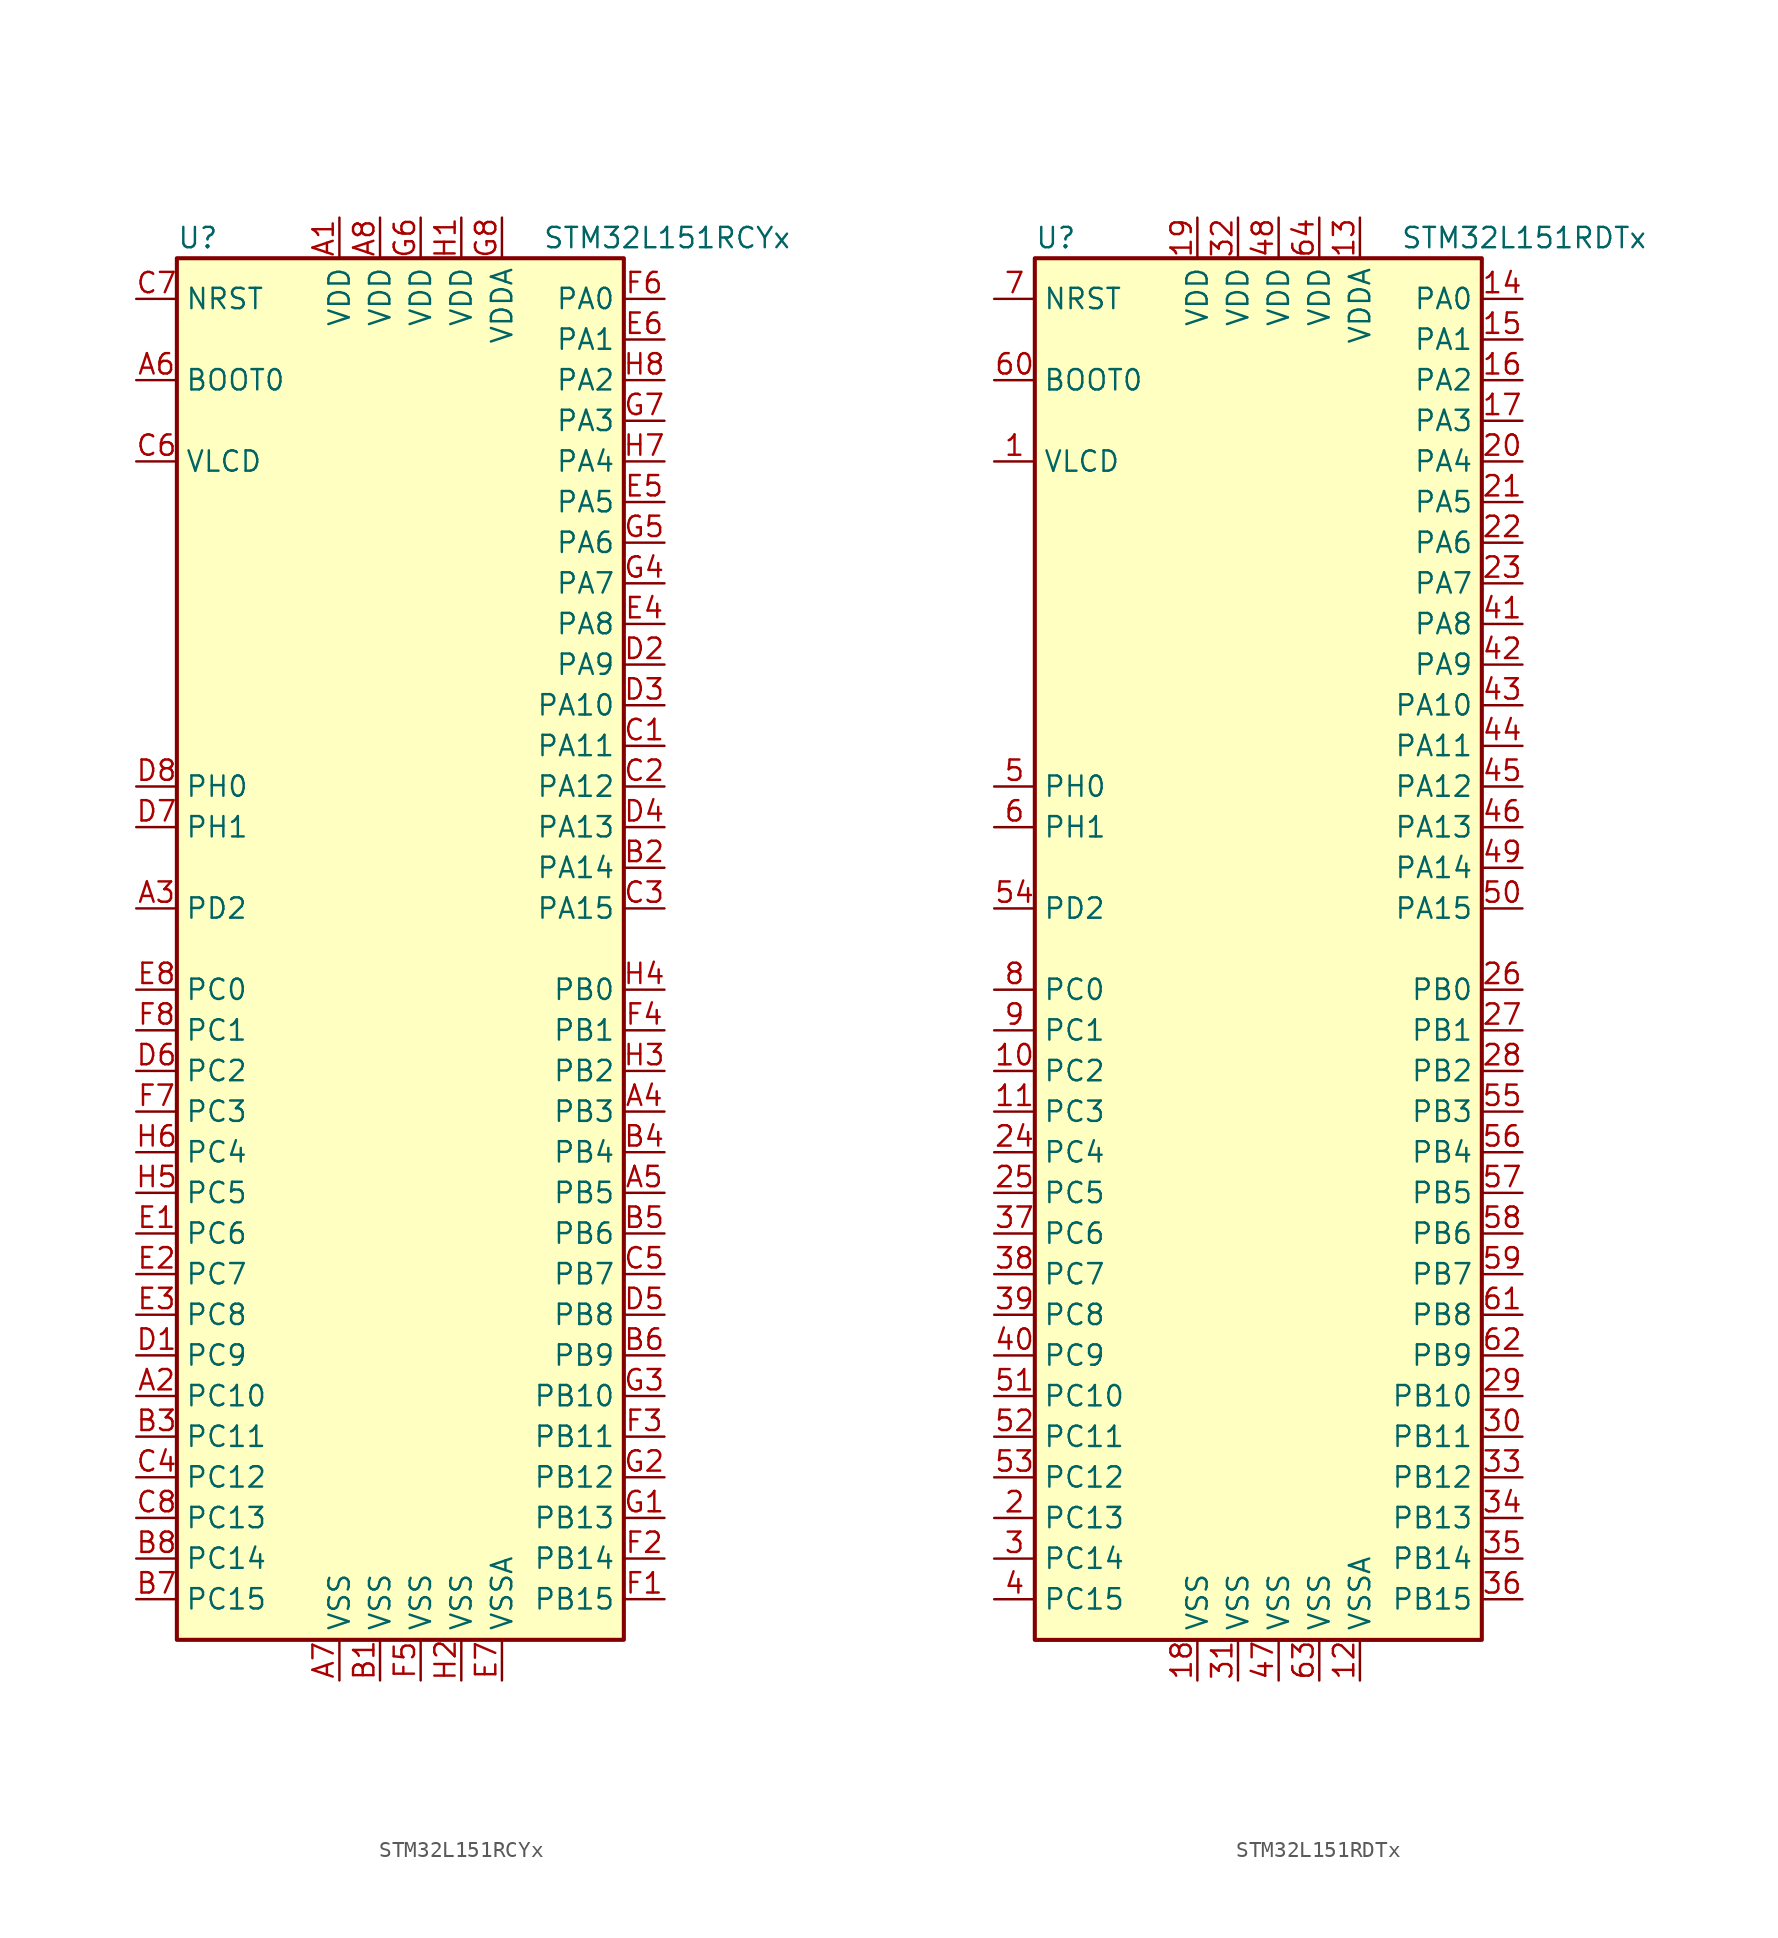
<source format=kicad_sym>
(kicad_symbol_lib
  (version 20201005)
  (generator kicad_symbol_editor)
  (symbol "STM32L151RCYx"
    (property "Reference" "U"
      (at -15.24 44.45 0)
      (effects (font (size 1.27 1.27)) (justify left)))
    (property "Value" "STM32L151RCYx"
      (at 7.62 44.45 0)
      (effects (font (size 1.27 1.27)) (justify left)))
    (symbol "STM32L151RCYx_0_1"
      (rectangle (start -15.24 -43.18) (end 12.7 43.18) (stroke (width 0.254)) (fill (type background))))
    (symbol "STM32L151RCYx_1_1"
      (pin power_in line (at -5.08 45.72 270) (length 2.54) (name "VDD" (effects (font (size 1.27 1.27)))) (number "A1" (effects (font (size 1.27 1.27)))))
      (pin bidirectional line (at -17.78 -27.94 0) (length 2.54) (name "PC10" (effects (font (size 1.27 1.27)))) (number "A2" (effects (font (size 1.27 1.27)))))
      (pin bidirectional line (at -17.78 2.54 0) (length 2.54) (name "PD2" (effects (font (size 1.27 1.27)))) (number "A3" (effects (font (size 1.27 1.27)))))
      (pin bidirectional line (at 15.24 -10.16 180) (length 2.54) (name "PB3" (effects (font (size 1.27 1.27)))) (number "A4" (effects (font (size 1.27 1.27)))))
      (pin bidirectional line (at 15.24 -15.24 180) (length 2.54) (name "PB5" (effects (font (size 1.27 1.27)))) (number "A5" (effects (font (size 1.27 1.27)))))
      (pin input line (at -17.78 35.56 0) (length 2.54) (name "BOOT0" (effects (font (size 1.27 1.27)))) (number "A6" (effects (font (size 1.27 1.27)))))
      (pin power_in line (at -5.08 -45.72 90) (length 2.54) (name "VSS" (effects (font (size 1.27 1.27)))) (number "A7" (effects (font (size 1.27 1.27)))))
      (pin power_in line (at -2.54 45.72 270) (length 2.54) (name "VDD" (effects (font (size 1.27 1.27)))) (number "A8" (effects (font (size 1.27 1.27)))))
      (pin power_in line (at -2.54 -45.72 90) (length 2.54) (name "VSS" (effects (font (size 1.27 1.27)))) (number "B1" (effects (font (size 1.27 1.27)))))
      (pin bidirectional line (at 15.24 5.08 180) (length 2.54) (name "PA14" (effects (font (size 1.27 1.27)))) (number "B2" (effects (font (size 1.27 1.27)))))
      (pin bidirectional line (at -17.78 -30.48 0) (length 2.54) (name "PC11" (effects (font (size 1.27 1.27)))) (number "B3" (effects (font (size 1.27 1.27)))))
      (pin bidirectional line (at 15.24 -12.7 180) (length 2.54) (name "PB4" (effects (font (size 1.27 1.27)))) (number "B4" (effects (font (size 1.27 1.27)))))
      (pin bidirectional line (at 15.24 -17.78 180) (length 2.54) (name "PB6" (effects (font (size 1.27 1.27)))) (number "B5" (effects (font (size 1.27 1.27)))))
      (pin bidirectional line (at 15.24 -25.4 180) (length 2.54) (name "PB9" (effects (font (size 1.27 1.27)))) (number "B6" (effects (font (size 1.27 1.27)))))
      (pin bidirectional line (at -17.78 -40.64 0) (length 2.54) (name "PC15" (effects (font (size 1.27 1.27)))) (number "B7" (effects (font (size 1.27 1.27)))))
      (pin bidirectional line (at -17.78 -38.1 0) (length 2.54) (name "PC14" (effects (font (size 1.27 1.27)))) (number "B8" (effects (font (size 1.27 1.27)))))
      (pin bidirectional line (at 15.24 12.7 180) (length 2.54) (name "PA11" (effects (font (size 1.27 1.27)))) (number "C1" (effects (font (size 1.27 1.27)))))
      (pin bidirectional line (at 15.24 10.16 180) (length 2.54) (name "PA12" (effects (font (size 1.27 1.27)))) (number "C2" (effects (font (size 1.27 1.27)))))
      (pin bidirectional line (at 15.24 2.54 180) (length 2.54) (name "PA15" (effects (font (size 1.27 1.27)))) (number "C3" (effects (font (size 1.27 1.27)))))
      (pin bidirectional line (at -17.78 -33.02 0) (length 2.54) (name "PC12" (effects (font (size 1.27 1.27)))) (number "C4" (effects (font (size 1.27 1.27)))))
      (pin bidirectional line (at 15.24 -20.32 180) (length 2.54) (name "PB7" (effects (font (size 1.27 1.27)))) (number "C5" (effects (font (size 1.27 1.27)))))
      (pin power_in line (at -17.78 30.48 0) (length 2.54) (name "VLCD" (effects (font (size 1.27 1.27)))) (number "C6" (effects (font (size 1.27 1.27)))))
      (pin input line (at -17.78 40.64 0) (length 2.54) (name "NRST" (effects (font (size 1.27 1.27)))) (number "C7" (effects (font (size 1.27 1.27)))))
      (pin bidirectional line (at -17.78 -35.56 0) (length 2.54) (name "PC13" (effects (font (size 1.27 1.27)))) (number "C8" (effects (font (size 1.27 1.27)))))
      (pin bidirectional line (at -17.78 -25.4 0) (length 2.54) (name "PC9" (effects (font (size 1.27 1.27)))) (number "D1" (effects (font (size 1.27 1.27)))))
      (pin bidirectional line (at 15.24 17.78 180) (length 2.54) (name "PA9" (effects (font (size 1.27 1.27)))) (number "D2" (effects (font (size 1.27 1.27)))))
      (pin bidirectional line (at 15.24 15.24 180) (length 2.54) (name "PA10" (effects (font (size 1.27 1.27)))) (number "D3" (effects (font (size 1.27 1.27)))))
      (pin bidirectional line (at 15.24 7.62 180) (length 2.54) (name "PA13" (effects (font (size 1.27 1.27)))) (number "D4" (effects (font (size 1.27 1.27)))))
      (pin bidirectional line (at 15.24 -22.86 180) (length 2.54) (name "PB8" (effects (font (size 1.27 1.27)))) (number "D5" (effects (font (size 1.27 1.27)))))
      (pin bidirectional line (at -17.78 -7.62 0) (length 2.54) (name "PC2" (effects (font (size 1.27 1.27)))) (number "D6" (effects (font (size 1.27 1.27)))))
      (pin input line (at -17.78 7.62 0) (length 2.54) (name "PH1" (effects (font (size 1.27 1.27)))) (number "D7" (effects (font (size 1.27 1.27)))))
      (pin input line (at -17.78 10.16 0) (length 2.54) (name "PH0" (effects (font (size 1.27 1.27)))) (number "D8" (effects (font (size 1.27 1.27)))))
      (pin bidirectional line (at -17.78 -17.78 0) (length 2.54) (name "PC6" (effects (font (size 1.27 1.27)))) (number "E1" (effects (font (size 1.27 1.27)))))
      (pin bidirectional line (at -17.78 -20.32 0) (length 2.54) (name "PC7" (effects (font (size 1.27 1.27)))) (number "E2" (effects (font (size 1.27 1.27)))))
      (pin bidirectional line (at -17.78 -22.86 0) (length 2.54) (name "PC8" (effects (font (size 1.27 1.27)))) (number "E3" (effects (font (size 1.27 1.27)))))
      (pin bidirectional line (at 15.24 20.32 180) (length 2.54) (name "PA8" (effects (font (size 1.27 1.27)))) (number "E4" (effects (font (size 1.27 1.27)))))
      (pin bidirectional line (at 15.24 27.94 180) (length 2.54) (name "PA5" (effects (font (size 1.27 1.27)))) (number "E5" (effects (font (size 1.27 1.27)))))
      (pin bidirectional line (at 15.24 38.1 180) (length 2.54) (name "PA1" (effects (font (size 1.27 1.27)))) (number "E6" (effects (font (size 1.27 1.27)))))
      (pin power_in line (at 5.08 -45.72 90) (length 2.54) (name "VSSA" (effects (font (size 1.27 1.27)))) (number "E7" (effects (font (size 1.27 1.27)))))
      (pin bidirectional line (at -17.78 -2.54 0) (length 2.54) (name "PC0" (effects (font (size 1.27 1.27)))) (number "E8" (effects (font (size 1.27 1.27)))))
      (pin bidirectional line (at 15.24 -40.64 180) (length 2.54) (name "PB15" (effects (font (size 1.27 1.27)))) (number "F1" (effects (font (size 1.27 1.27)))))
      (pin bidirectional line (at 15.24 -38.1 180) (length 2.54) (name "PB14" (effects (font (size 1.27 1.27)))) (number "F2" (effects (font (size 1.27 1.27)))))
      (pin bidirectional line (at 15.24 -30.48 180) (length 2.54) (name "PB11" (effects (font (size 1.27 1.27)))) (number "F3" (effects (font (size 1.27 1.27)))))
      (pin bidirectional line (at 15.24 -5.08 180) (length 2.54) (name "PB1" (effects (font (size 1.27 1.27)))) (number "F4" (effects (font (size 1.27 1.27)))))
      (pin power_in line (at 0 -45.72 90) (length 2.54) (name "VSS" (effects (font (size 1.27 1.27)))) (number "F5" (effects (font (size 1.27 1.27)))))
      (pin bidirectional line (at 15.24 40.64 180) (length 2.54) (name "PA0" (effects (font (size 1.27 1.27)))) (number "F6" (effects (font (size 1.27 1.27)))))
      (pin bidirectional line (at -17.78 -10.16 0) (length 2.54) (name "PC3" (effects (font (size 1.27 1.27)))) (number "F7" (effects (font (size 1.27 1.27)))))
      (pin bidirectional line (at -17.78 -5.08 0) (length 2.54) (name "PC1" (effects (font (size 1.27 1.27)))) (number "F8" (effects (font (size 1.27 1.27)))))
      (pin bidirectional line (at 15.24 -35.56 180) (length 2.54) (name "PB13" (effects (font (size 1.27 1.27)))) (number "G1" (effects (font (size 1.27 1.27)))))
      (pin bidirectional line (at 15.24 -33.02 180) (length 2.54) (name "PB12" (effects (font (size 1.27 1.27)))) (number "G2" (effects (font (size 1.27 1.27)))))
      (pin bidirectional line (at 15.24 -27.94 180) (length 2.54) (name "PB10" (effects (font (size 1.27 1.27)))) (number "G3" (effects (font (size 1.27 1.27)))))
      (pin bidirectional line (at 15.24 22.86 180) (length 2.54) (name "PA7" (effects (font (size 1.27 1.27)))) (number "G4" (effects (font (size 1.27 1.27)))))
      (pin bidirectional line (at 15.24 25.4 180) (length 2.54) (name "PA6" (effects (font (size 1.27 1.27)))) (number "G5" (effects (font (size 1.27 1.27)))))
      (pin power_in line (at 0 45.72 270) (length 2.54) (name "VDD" (effects (font (size 1.27 1.27)))) (number "G6" (effects (font (size 1.27 1.27)))))
      (pin bidirectional line (at 15.24 33.02 180) (length 2.54) (name "PA3" (effects (font (size 1.27 1.27)))) (number "G7" (effects (font (size 1.27 1.27)))))
      (pin power_in line (at 5.08 45.72 270) (length 2.54) (name "VDDA" (effects (font (size 1.27 1.27)))) (number "G8" (effects (font (size 1.27 1.27)))))
      (pin power_in line (at 2.54 45.72 270) (length 2.54) (name "VDD" (effects (font (size 1.27 1.27)))) (number "H1" (effects (font (size 1.27 1.27)))))
      (pin power_in line (at 2.54 -45.72 90) (length 2.54) (name "VSS" (effects (font (size 1.27 1.27)))) (number "H2" (effects (font (size 1.27 1.27)))))
      (pin bidirectional line (at 15.24 -7.62 180) (length 2.54) (name "PB2" (effects (font (size 1.27 1.27)))) (number "H3" (effects (font (size 1.27 1.27)))))
      (pin bidirectional line (at 15.24 -2.54 180) (length 2.54) (name "PB0" (effects (font (size 1.27 1.27)))) (number "H4" (effects (font (size 1.27 1.27)))))
      (pin bidirectional line (at -17.78 -15.24 0) (length 2.54) (name "PC5" (effects (font (size 1.27 1.27)))) (number "H5" (effects (font (size 1.27 1.27)))))
      (pin bidirectional line (at -17.78 -12.7 0) (length 2.54) (name "PC4" (effects (font (size 1.27 1.27)))) (number "H6" (effects (font (size 1.27 1.27)))))
      (pin bidirectional line (at 15.24 30.48 180) (length 2.54) (name "PA4" (effects (font (size 1.27 1.27)))) (number "H7" (effects (font (size 1.27 1.27)))))
      (pin bidirectional line (at 15.24 35.56 180) (length 2.54) (name "PA2" (effects (font (size 1.27 1.27)))) (number "H8" (effects (font (size 1.27 1.27)))))))
  (symbol "STM32L151RDTx"
    (property "Reference" "U"
      (at -15.24 44.45 0)
      (effects (font (size 1.27 1.27)) (justify left)))
    (property "Value" "STM32L151RDTx"
      (at 7.62 44.45 0)
      (effects (font (size 1.27 1.27)) (justify left)))
    (symbol "STM32L151RDTx_0_1"
      (rectangle (start -15.24 -43.18) (end 12.7 43.18) (stroke (width 0.254)) (fill (type background))))
    (symbol "STM32L151RDTx_1_1"
      (pin power_in line (at -17.78 30.48 0) (length 2.54) (name "VLCD" (effects (font (size 1.27 1.27)))) (number "1" (effects (font (size 1.27 1.27)))))
      (pin bidirectional line (at -17.78 -7.62 0) (length 2.54) (name "PC2" (effects (font (size 1.27 1.27)))) (number "10" (effects (font (size 1.27 1.27)))))
      (pin bidirectional line (at -17.78 -10.16 0) (length 2.54) (name "PC3" (effects (font (size 1.27 1.27)))) (number "11" (effects (font (size 1.27 1.27)))))
      (pin power_in line (at 5.08 -45.72 90) (length 2.54) (name "VSSA" (effects (font (size 1.27 1.27)))) (number "12" (effects (font (size 1.27 1.27)))))
      (pin power_in line (at 5.08 45.72 270) (length 2.54) (name "VDDA" (effects (font (size 1.27 1.27)))) (number "13" (effects (font (size 1.27 1.27)))))
      (pin bidirectional line (at 15.24 40.64 180) (length 2.54) (name "PA0" (effects (font (size 1.27 1.27)))) (number "14" (effects (font (size 1.27 1.27)))))
      (pin bidirectional line (at 15.24 38.1 180) (length 2.54) (name "PA1" (effects (font (size 1.27 1.27)))) (number "15" (effects (font (size 1.27 1.27)))))
      (pin bidirectional line (at 15.24 35.56 180) (length 2.54) (name "PA2" (effects (font (size 1.27 1.27)))) (number "16" (effects (font (size 1.27 1.27)))))
      (pin bidirectional line (at 15.24 33.02 180) (length 2.54) (name "PA3" (effects (font (size 1.27 1.27)))) (number "17" (effects (font (size 1.27 1.27)))))
      (pin power_in line (at -5.08 -45.72 90) (length 2.54) (name "VSS" (effects (font (size 1.27 1.27)))) (number "18" (effects (font (size 1.27 1.27)))))
      (pin power_in line (at -5.08 45.72 270) (length 2.54) (name "VDD" (effects (font (size 1.27 1.27)))) (number "19" (effects (font (size 1.27 1.27)))))
      (pin bidirectional line (at -17.78 -35.56 0) (length 2.54) (name "PC13" (effects (font (size 1.27 1.27)))) (number "2" (effects (font (size 1.27 1.27)))))
      (pin bidirectional line (at 15.24 30.48 180) (length 2.54) (name "PA4" (effects (font (size 1.27 1.27)))) (number "20" (effects (font (size 1.27 1.27)))))
      (pin bidirectional line (at 15.24 27.94 180) (length 2.54) (name "PA5" (effects (font (size 1.27 1.27)))) (number "21" (effects (font (size 1.27 1.27)))))
      (pin bidirectional line (at 15.24 25.4 180) (length 2.54) (name "PA6" (effects (font (size 1.27 1.27)))) (number "22" (effects (font (size 1.27 1.27)))))
      (pin bidirectional line (at 15.24 22.86 180) (length 2.54) (name "PA7" (effects (font (size 1.27 1.27)))) (number "23" (effects (font (size 1.27 1.27)))))
      (pin bidirectional line (at -17.78 -12.7 0) (length 2.54) (name "PC4" (effects (font (size 1.27 1.27)))) (number "24" (effects (font (size 1.27 1.27)))))
      (pin bidirectional line (at -17.78 -15.24 0) (length 2.54) (name "PC5" (effects (font (size 1.27 1.27)))) (number "25" (effects (font (size 1.27 1.27)))))
      (pin bidirectional line (at 15.24 -2.54 180) (length 2.54) (name "PB0" (effects (font (size 1.27 1.27)))) (number "26" (effects (font (size 1.27 1.27)))))
      (pin bidirectional line (at 15.24 -5.08 180) (length 2.54) (name "PB1" (effects (font (size 1.27 1.27)))) (number "27" (effects (font (size 1.27 1.27)))))
      (pin bidirectional line (at 15.24 -7.62 180) (length 2.54) (name "PB2" (effects (font (size 1.27 1.27)))) (number "28" (effects (font (size 1.27 1.27)))))
      (pin bidirectional line (at 15.24 -27.94 180) (length 2.54) (name "PB10" (effects (font (size 1.27 1.27)))) (number "29" (effects (font (size 1.27 1.27)))))
      (pin bidirectional line (at -17.78 -38.1 0) (length 2.54) (name "PC14" (effects (font (size 1.27 1.27)))) (number "3" (effects (font (size 1.27 1.27)))))
      (pin bidirectional line (at 15.24 -30.48 180) (length 2.54) (name "PB11" (effects (font (size 1.27 1.27)))) (number "30" (effects (font (size 1.27 1.27)))))
      (pin power_in line (at -2.54 -45.72 90) (length 2.54) (name "VSS" (effects (font (size 1.27 1.27)))) (number "31" (effects (font (size 1.27 1.27)))))
      (pin power_in line (at -2.54 45.72 270) (length 2.54) (name "VDD" (effects (font (size 1.27 1.27)))) (number "32" (effects (font (size 1.27 1.27)))))
      (pin bidirectional line (at 15.24 -33.02 180) (length 2.54) (name "PB12" (effects (font (size 1.27 1.27)))) (number "33" (effects (font (size 1.27 1.27)))))
      (pin bidirectional line (at 15.24 -35.56 180) (length 2.54) (name "PB13" (effects (font (size 1.27 1.27)))) (number "34" (effects (font (size 1.27 1.27)))))
      (pin bidirectional line (at 15.24 -38.1 180) (length 2.54) (name "PB14" (effects (font (size 1.27 1.27)))) (number "35" (effects (font (size 1.27 1.27)))))
      (pin bidirectional line (at 15.24 -40.64 180) (length 2.54) (name "PB15" (effects (font (size 1.27 1.27)))) (number "36" (effects (font (size 1.27 1.27)))))
      (pin bidirectional line (at -17.78 -17.78 0) (length 2.54) (name "PC6" (effects (font (size 1.27 1.27)))) (number "37" (effects (font (size 1.27 1.27)))))
      (pin bidirectional line (at -17.78 -20.32 0) (length 2.54) (name "PC7" (effects (font (size 1.27 1.27)))) (number "38" (effects (font (size 1.27 1.27)))))
      (pin bidirectional line (at -17.78 -22.86 0) (length 2.54) (name "PC8" (effects (font (size 1.27 1.27)))) (number "39" (effects (font (size 1.27 1.27)))))
      (pin bidirectional line (at -17.78 -40.64 0) (length 2.54) (name "PC15" (effects (font (size 1.27 1.27)))) (number "4" (effects (font (size 1.27 1.27)))))
      (pin bidirectional line (at -17.78 -25.4 0) (length 2.54) (name "PC9" (effects (font (size 1.27 1.27)))) (number "40" (effects (font (size 1.27 1.27)))))
      (pin bidirectional line (at 15.24 20.32 180) (length 2.54) (name "PA8" (effects (font (size 1.27 1.27)))) (number "41" (effects (font (size 1.27 1.27)))))
      (pin bidirectional line (at 15.24 17.78 180) (length 2.54) (name "PA9" (effects (font (size 1.27 1.27)))) (number "42" (effects (font (size 1.27 1.27)))))
      (pin bidirectional line (at 15.24 15.24 180) (length 2.54) (name "PA10" (effects (font (size 1.27 1.27)))) (number "43" (effects (font (size 1.27 1.27)))))
      (pin bidirectional line (at 15.24 12.7 180) (length 2.54) (name "PA11" (effects (font (size 1.27 1.27)))) (number "44" (effects (font (size 1.27 1.27)))))
      (pin bidirectional line (at 15.24 10.16 180) (length 2.54) (name "PA12" (effects (font (size 1.27 1.27)))) (number "45" (effects (font (size 1.27 1.27)))))
      (pin bidirectional line (at 15.24 7.62 180) (length 2.54) (name "PA13" (effects (font (size 1.27 1.27)))) (number "46" (effects (font (size 1.27 1.27)))))
      (pin power_in line (at 0 -45.72 90) (length 2.54) (name "VSS" (effects (font (size 1.27 1.27)))) (number "47" (effects (font (size 1.27 1.27)))))
      (pin power_in line (at 0 45.72 270) (length 2.54) (name "VDD" (effects (font (size 1.27 1.27)))) (number "48" (effects (font (size 1.27 1.27)))))
      (pin bidirectional line (at 15.24 5.08 180) (length 2.54) (name "PA14" (effects (font (size 1.27 1.27)))) (number "49" (effects (font (size 1.27 1.27)))))
      (pin input line (at -17.78 10.16 0) (length 2.54) (name "PH0" (effects (font (size 1.27 1.27)))) (number "5" (effects (font (size 1.27 1.27)))))
      (pin bidirectional line (at 15.24 2.54 180) (length 2.54) (name "PA15" (effects (font (size 1.27 1.27)))) (number "50" (effects (font (size 1.27 1.27)))))
      (pin bidirectional line (at -17.78 -27.94 0) (length 2.54) (name "PC10" (effects (font (size 1.27 1.27)))) (number "51" (effects (font (size 1.27 1.27)))))
      (pin bidirectional line (at -17.78 -30.48 0) (length 2.54) (name "PC11" (effects (font (size 1.27 1.27)))) (number "52" (effects (font (size 1.27 1.27)))))
      (pin bidirectional line (at -17.78 -33.02 0) (length 2.54) (name "PC12" (effects (font (size 1.27 1.27)))) (number "53" (effects (font (size 1.27 1.27)))))
      (pin bidirectional line (at -17.78 2.54 0) (length 2.54) (name "PD2" (effects (font (size 1.27 1.27)))) (number "54" (effects (font (size 1.27 1.27)))))
      (pin bidirectional line (at 15.24 -10.16 180) (length 2.54) (name "PB3" (effects (font (size 1.27 1.27)))) (number "55" (effects (font (size 1.27 1.27)))))
      (pin bidirectional line (at 15.24 -12.7 180) (length 2.54) (name "PB4" (effects (font (size 1.27 1.27)))) (number "56" (effects (font (size 1.27 1.27)))))
      (pin bidirectional line (at 15.24 -15.24 180) (length 2.54) (name "PB5" (effects (font (size 1.27 1.27)))) (number "57" (effects (font (size 1.27 1.27)))))
      (pin bidirectional line (at 15.24 -17.78 180) (length 2.54) (name "PB6" (effects (font (size 1.27 1.27)))) (number "58" (effects (font (size 1.27 1.27)))))
      (pin bidirectional line (at 15.24 -20.32 180) (length 2.54) (name "PB7" (effects (font (size 1.27 1.27)))) (number "59" (effects (font (size 1.27 1.27)))))
      (pin input line (at -17.78 7.62 0) (length 2.54) (name "PH1" (effects (font (size 1.27 1.27)))) (number "6" (effects (font (size 1.27 1.27)))))
      (pin input line (at -17.78 35.56 0) (length 2.54) (name "BOOT0" (effects (font (size 1.27 1.27)))) (number "60" (effects (font (size 1.27 1.27)))))
      (pin bidirectional line (at 15.24 -22.86 180) (length 2.54) (name "PB8" (effects (font (size 1.27 1.27)))) (number "61" (effects (font (size 1.27 1.27)))))
      (pin bidirectional line (at 15.24 -25.4 180) (length 2.54) (name "PB9" (effects (font (size 1.27 1.27)))) (number "62" (effects (font (size 1.27 1.27)))))
      (pin power_in line (at 2.54 -45.72 90) (length 2.54) (name "VSS" (effects (font (size 1.27 1.27)))) (number "63" (effects (font (size 1.27 1.27)))))
      (pin power_in line (at 2.54 45.72 270) (length 2.54) (name "VDD" (effects (font (size 1.27 1.27)))) (number "64" (effects (font (size 1.27 1.27)))))
      (pin input line (at -17.78 40.64 0) (length 2.54) (name "NRST" (effects (font (size 1.27 1.27)))) (number "7" (effects (font (size 1.27 1.27)))))
      (pin bidirectional line (at -17.78 -2.54 0) (length 2.54) (name "PC0" (effects (font (size 1.27 1.27)))) (number "8" (effects (font (size 1.27 1.27)))))
      (pin bidirectional line (at -17.78 -5.08 0) (length 2.54) (name "PC1" (effects (font (size 1.27 1.27)))) (number "9" (effects (font (size 1.27 1.27))))))))
</source>
